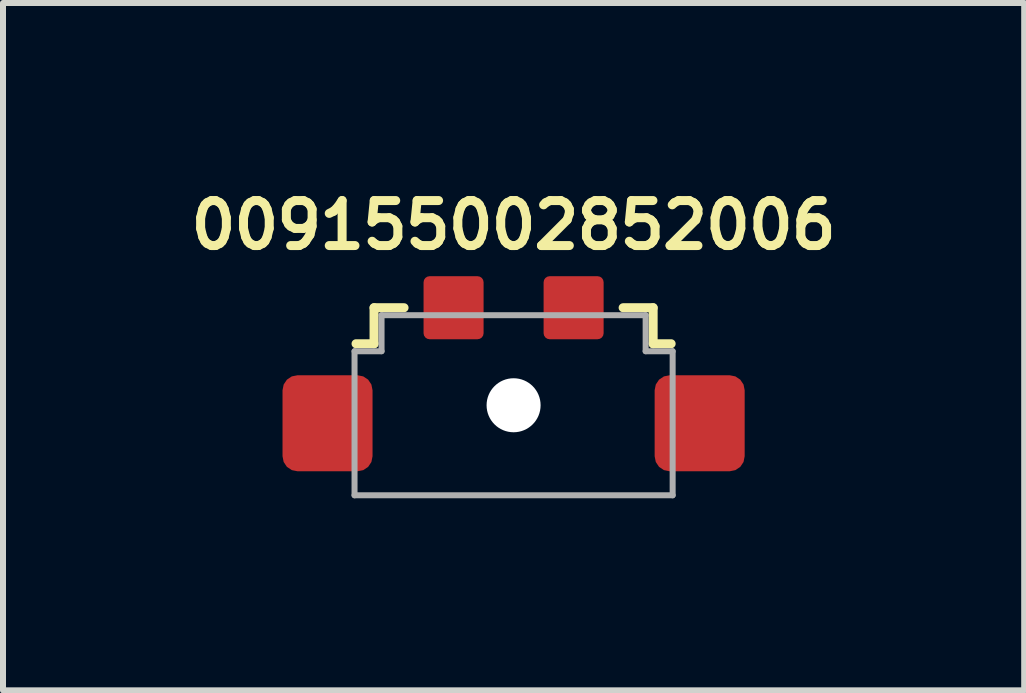
<source format=kicad_pcb>
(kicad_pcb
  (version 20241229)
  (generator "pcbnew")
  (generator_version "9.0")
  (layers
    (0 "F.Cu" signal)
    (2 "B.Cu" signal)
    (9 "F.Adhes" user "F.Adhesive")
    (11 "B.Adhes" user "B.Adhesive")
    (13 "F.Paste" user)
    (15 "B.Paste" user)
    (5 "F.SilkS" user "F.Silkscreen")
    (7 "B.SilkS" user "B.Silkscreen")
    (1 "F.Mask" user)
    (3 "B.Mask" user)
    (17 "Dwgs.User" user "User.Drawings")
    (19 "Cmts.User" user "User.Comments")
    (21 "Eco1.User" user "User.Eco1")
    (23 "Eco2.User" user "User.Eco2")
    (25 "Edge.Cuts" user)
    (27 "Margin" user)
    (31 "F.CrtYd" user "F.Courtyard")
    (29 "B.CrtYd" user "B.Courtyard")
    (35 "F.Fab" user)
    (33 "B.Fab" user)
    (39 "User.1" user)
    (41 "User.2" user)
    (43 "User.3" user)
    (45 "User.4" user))
  (footprint "009155002852006"
    (layer "F.Cu")
    (at 5.507 5.202)
    (property "Reference" "009155002852006" (at 0 -4.5 0) (unlocked yes) (layer "F.SilkS") (effects (font (size 0.75 0.75) (thickness 0.15))))
    (attr smd)
    (fp_line (start -2.625 -2.525) (end -2.325 -2.525) (stroke (width 0.15) (type default)) (layer "F.SilkS"))
    (fp_line (start -2.325 -2.525) (end -2.325 -3.125) (stroke (width 0.15) (type default)) (layer "F.SilkS"))
    (fp_line (start -1.825 -3.125) (end -2.325 -3.125) (stroke (width 0.15) (type default)) (layer "F.SilkS"))
    (fp_line (start 2.325 -3.125) (end 1.825 -3.125) (stroke (width 0.15) (type default)) (layer "F.SilkS"))
    (fp_line (start 2.325 -2.525) (end 2.325 -3.125) (stroke (width 0.15) (type default)) (layer "F.SilkS"))
    (fp_line (start 2.625 -2.525) (end 2.325 -2.525) (stroke (width 0.15) (type default)) (layer "F.SilkS"))
    (fp_line (start -2.65 -2.4) (end -2.65 0) (stroke (width 0.1) (type default)) (layer "F.Fab"))
    (fp_line (start -2.65 -2.4) (end -2.2 -2.4) (stroke (width 0.1) (type default)) (layer "F.Fab"))
    (fp_line (start -2.65 0) (end 2.65 0) (stroke (width 0.1) (type default)) (layer "F.Fab"))
    (fp_line (start -2.2 -2.4) (end -2.2 -3) (stroke (width 0.1) (type default)) (layer "F.Fab"))
    (fp_line (start 2.2 -3) (end -2.2 -3) (stroke (width 0.1) (type default)) (layer "F.Fab"))
    (fp_line (start 2.2 -2.4) (end 2.2 -3) (stroke (width 0.1) (type default)) (layer "F.Fab"))
    (fp_line (start 2.65 -2.4) (end 2.2 -2.4) (stroke (width 0.1) (type default)) (layer "F.Fab"))
    (fp_line (start 2.65 0) (end 2.65 -2.4) (stroke (width 0.1) (type default)) (layer "F.Fab"))
    (pad "" smd roundrect (at -3.1 -1.2) (size 1.5 1.6) (layers "F.Cu" "F.Mask" "F.Paste") (roundrect_rratio 0.167))
    (pad "" np_thru_hole circle (at 0 -1.5) (size 0.9 0.9) (drill 0.9) (layers "*.Cu" "*.Mask"))
    (pad "" smd roundrect (at 3.1 -1.2) (size 1.5 1.6) (layers "F.Cu" "F.Mask" "F.Paste") (roundrect_rratio 0.167))
    (pad "1" smd roundrect (at -1 -3.125) (size 1 1.05) (layers "F.Cu" "F.Mask" "F.Paste") (roundrect_rratio 0.1))
    (pad "2" smd roundrect (at 1 -3.125) (size 1 1.05) (layers "F.Cu" "F.Mask" "F.Paste") (roundrect_rratio 0.1)))
  (gr_rect
    (start -3 -3)
    (end 14.014 8.452)
    (stroke (width 0.1) (type default))
    (fill no)
    (layer "Edge.Cuts")))
</source>
